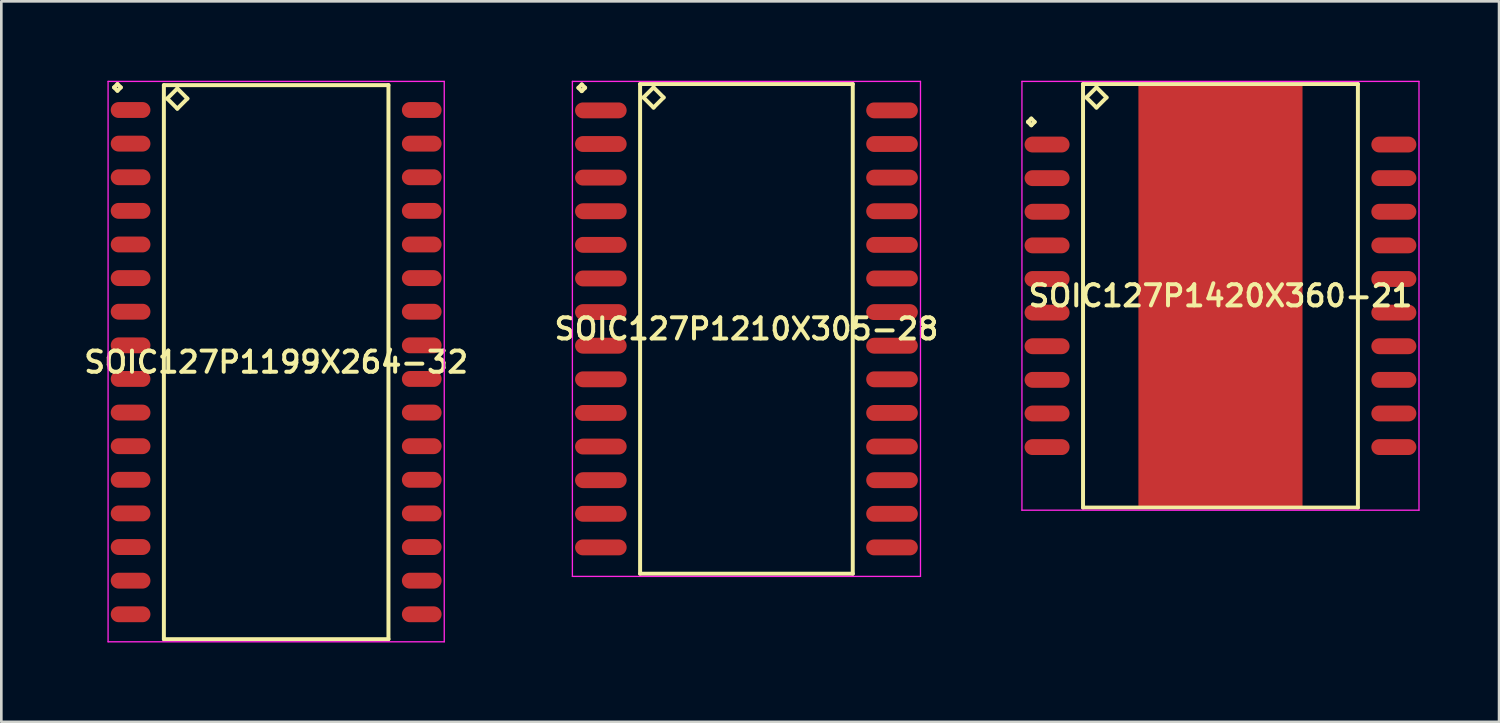
<source format=kicad_pcb>
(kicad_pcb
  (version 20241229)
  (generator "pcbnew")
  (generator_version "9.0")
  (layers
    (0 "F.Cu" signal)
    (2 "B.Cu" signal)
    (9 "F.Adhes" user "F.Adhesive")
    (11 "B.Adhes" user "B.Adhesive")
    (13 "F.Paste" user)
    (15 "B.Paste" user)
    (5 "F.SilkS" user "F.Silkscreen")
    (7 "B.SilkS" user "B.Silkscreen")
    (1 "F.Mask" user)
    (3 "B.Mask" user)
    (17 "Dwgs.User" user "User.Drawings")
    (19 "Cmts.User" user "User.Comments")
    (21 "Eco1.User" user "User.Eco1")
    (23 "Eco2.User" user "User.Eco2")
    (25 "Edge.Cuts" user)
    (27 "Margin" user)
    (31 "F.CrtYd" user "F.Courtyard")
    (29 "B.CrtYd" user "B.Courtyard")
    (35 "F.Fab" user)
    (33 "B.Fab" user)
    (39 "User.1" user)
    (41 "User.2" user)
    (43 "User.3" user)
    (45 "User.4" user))
  (footprint "SOIC127P1420X360-21"
    (layer "F.Cu")
    (at 43.057 8.125)
    (property "Reference" "SOIC127P1420X360-21" (at 0 0 0) (layer "F.SilkS") (effects (font (size 0.8 0.8) (thickness 0.15))))
    (attr smd)
    (fp_line (start -7.273 -6.569) (end -7.146 -6.696) (stroke (width 0.15) (type solid)) (layer "F.SilkS"))
    (fp_line (start -7.146 -6.696) (end -7.019 -6.569) (stroke (width 0.15) (type solid)) (layer "F.SilkS"))
    (fp_line (start -7.146 -6.442) (end -7.273 -6.569) (stroke (width 0.15) (type solid)) (layer "F.SilkS"))
    (fp_line (start -7.019 -6.569) (end -7.146 -6.442) (stroke (width 0.15) (type solid)) (layer "F.SilkS"))
    (fp_line (start -5.192 -8) (end -5.192 8) (stroke (width 0.15) (type solid)) (layer "F.SilkS"))
    (fp_line (start -5.192 8) (end 5.192 8) (stroke (width 0.15) (type solid)) (layer "F.SilkS"))
    (fp_line (start -5.065 -7.492) (end -4.684 -7.873) (stroke (width 0.15) (type solid)) (layer "F.SilkS"))
    (fp_line (start -4.684 -7.873) (end -4.303 -7.492) (stroke (width 0.15) (type solid)) (layer "F.SilkS"))
    (fp_line (start -4.684 -7.111) (end -5.065 -7.492) (stroke (width 0.15) (type solid)) (layer "F.SilkS"))
    (fp_line (start -4.303 -7.492) (end -4.684 -7.111) (stroke (width 0.15) (type solid)) (layer "F.SilkS"))
    (fp_line (start 5.192 -8) (end -5.192 -8) (stroke (width 0.15) (type solid)) (layer "F.SilkS"))
    (fp_line (start 5.192 8) (end 5.192 -8) (stroke (width 0.15) (type solid)) (layer "F.SilkS"))
    (fp_line (start -7.5 -8.1) (end 7.5 -8.1) (stroke (width 0.05) (type solid)) (layer "F.CrtYd"))
    (fp_line (start -7.5 8.1) (end -7.5 -8.1) (stroke (width 0.05) (type solid)) (layer "F.CrtYd"))
    (fp_line (start 7.5 -8.1) (end 7.5 8.1) (stroke (width 0.05) (type solid)) (layer "F.CrtYd"))
    (fp_line (start 7.5 8.1) (end -7.5 8.1) (stroke (width 0.05) (type solid)) (layer "F.CrtYd"))
    (pad "1" smd oval (at -6.55 -5.715) (size 1.7 0.6) (layers "F.Cu" "F.Mask" "F.Paste"))
    (pad "2" smd oval (at -6.55 -4.445) (size 1.7 0.6) (layers "F.Cu" "F.Mask" "F.Paste"))
    (pad "3" smd oval (at -6.55 -3.175) (size 1.7 0.6) (layers "F.Cu" "F.Mask" "F.Paste"))
    (pad "4" smd oval (at -6.55 -1.905) (size 1.7 0.6) (layers "F.Cu" "F.Mask" "F.Paste"))
    (pad "5" smd oval (at -6.55 -0.635) (size 1.7 0.6) (layers "F.Cu" "F.Mask" "F.Paste"))
    (pad "6" smd oval (at -6.55 0.635) (size 1.7 0.6) (layers "F.Cu" "F.Mask" "F.Paste"))
    (pad "7" smd oval (at -6.55 1.905) (size 1.7 0.6) (layers "F.Cu" "F.Mask" "F.Paste"))
    (pad "8" smd oval (at -6.55 3.175) (size 1.7 0.6) (layers "F.Cu" "F.Mask" "F.Paste"))
    (pad "9" smd oval (at -6.55 4.445) (size 1.7 0.6) (layers "F.Cu" "F.Mask" "F.Paste"))
    (pad "10" smd oval (at -6.55 5.715) (size 1.7 0.6) (layers "F.Cu" "F.Mask" "F.Paste"))
    (pad "11" smd oval (at 6.55 5.715) (size 1.7 0.6) (layers "F.Cu" "F.Mask" "F.Paste"))
    (pad "12" smd oval (at 6.55 4.445) (size 1.7 0.6) (layers "F.Cu" "F.Mask" "F.Paste"))
    (pad "13" smd oval (at 6.55 3.175) (size 1.7 0.6) (layers "F.Cu" "F.Mask" "F.Paste"))
    (pad "14" smd oval (at 6.55 1.905) (size 1.7 0.6) (layers "F.Cu" "F.Mask" "F.Paste"))
    (pad "15" smd oval (at 6.55 0.635) (size 1.7 0.6) (layers "F.Cu" "F.Mask" "F.Paste"))
    (pad "16" smd oval (at 6.55 -0.635) (size 1.7 0.6) (layers "F.Cu" "F.Mask" "F.Paste"))
    (pad "17" smd oval (at 6.55 -1.905) (size 1.7 0.6) (layers "F.Cu" "F.Mask" "F.Paste"))
    (pad "18" smd oval (at 6.55 -3.175) (size 1.7 0.6) (layers "F.Cu" "F.Mask" "F.Paste"))
    (pad "19" smd oval (at 6.55 -4.445) (size 1.7 0.6) (layers "F.Cu" "F.Mask" "F.Paste"))
    (pad "20" smd oval (at 6.55 -5.715) (size 1.7 0.6) (layers "F.Cu" "F.Mask" "F.Paste"))
    (pad "21" smd rect (at 0 0) (size 6.2 16) (layers "F.Cu" "F.Mask" "F.Paste")))
  (footprint "SOIC127P1199X264-32"
    (layer "F.Cu")
    (at 7.383 10.631)
    (property "Reference" "SOIC127P1199X264-32" (at 0 0 0) (layer "F.SilkS") (effects (font (size 0.8 0.8) (thickness 0.15))))
    (attr smd)
    (fp_line (start -6.123 -10.379) (end -5.996 -10.506) (stroke (width 0.15) (type solid)) (layer "F.SilkS"))
    (fp_line (start -5.996 -10.506) (end -5.869 -10.379) (stroke (width 0.15) (type solid)) (layer "F.SilkS"))
    (fp_line (start -5.996 -10.252) (end -6.123 -10.379) (stroke (width 0.15) (type solid)) (layer "F.SilkS"))
    (fp_line (start -5.869 -10.379) (end -5.996 -10.252) (stroke (width 0.15) (type solid)) (layer "F.SilkS"))
    (fp_line (start -4.242 -10.465) (end -4.242 10.465) (stroke (width 0.15) (type solid)) (layer "F.SilkS"))
    (fp_line (start -4.242 10.465) (end 4.242 10.465) (stroke (width 0.15) (type solid)) (layer "F.SilkS"))
    (fp_line (start -4.115 -9.957) (end -3.734 -10.338) (stroke (width 0.15) (type solid)) (layer "F.SilkS"))
    (fp_line (start -3.734 -10.338) (end -3.353 -9.957) (stroke (width 0.15) (type solid)) (layer "F.SilkS"))
    (fp_line (start -3.734 -9.576) (end -4.115 -9.957) (stroke (width 0.15) (type solid)) (layer "F.SilkS"))
    (fp_line (start -3.353 -9.957) (end -3.734 -9.576) (stroke (width 0.15) (type solid)) (layer "F.SilkS"))
    (fp_line (start 4.242 -10.465) (end -4.242 -10.465) (stroke (width 0.15) (type solid)) (layer "F.SilkS"))
    (fp_line (start 4.242 10.465) (end 4.242 -10.465) (stroke (width 0.15) (type solid)) (layer "F.SilkS"))
    (fp_line (start -6.35 -10.606) (end 6.35 -10.606) (stroke (width 0.05) (type solid)) (layer "F.CrtYd"))
    (fp_line (start -6.35 10.565) (end -6.35 -10.606) (stroke (width 0.05) (type solid)) (layer "F.CrtYd"))
    (fp_line (start 6.35 -10.606) (end 6.35 10.565) (stroke (width 0.05) (type solid)) (layer "F.CrtYd"))
    (fp_line (start 6.35 10.565) (end -6.35 10.565) (stroke (width 0.05) (type solid)) (layer "F.CrtYd"))
    (pad "1" smd oval (at -5.5 -9.525) (size 1.5 0.6) (layers "F.Cu" "F.Mask" "F.Paste"))
    (pad "2" smd oval (at -5.5 -8.255) (size 1.5 0.6) (layers "F.Cu" "F.Mask" "F.Paste"))
    (pad "3" smd oval (at -5.5 -6.985) (size 1.5 0.6) (layers "F.Cu" "F.Mask" "F.Paste"))
    (pad "4" smd oval (at -5.5 -5.715) (size 1.5 0.6) (layers "F.Cu" "F.Mask" "F.Paste"))
    (pad "5" smd oval (at -5.5 -4.445) (size 1.5 0.6) (layers "F.Cu" "F.Mask" "F.Paste"))
    (pad "6" smd oval (at -5.5 -3.175) (size 1.5 0.6) (layers "F.Cu" "F.Mask" "F.Paste"))
    (pad "7" smd oval (at -5.5 -1.905) (size 1.5 0.6) (layers "F.Cu" "F.Mask" "F.Paste"))
    (pad "8" smd oval (at -5.5 -0.635) (size 1.5 0.6) (layers "F.Cu" "F.Mask" "F.Paste"))
    (pad "9" smd oval (at -5.5 0.635) (size 1.5 0.6) (layers "F.Cu" "F.Mask" "F.Paste"))
    (pad "10" smd oval (at -5.5 1.905) (size 1.5 0.6) (layers "F.Cu" "F.Mask" "F.Paste"))
    (pad "11" smd oval (at -5.5 3.175) (size 1.5 0.6) (layers "F.Cu" "F.Mask" "F.Paste"))
    (pad "12" smd oval (at -5.5 4.445) (size 1.5 0.6) (layers "F.Cu" "F.Mask" "F.Paste"))
    (pad "13" smd oval (at -5.5 5.715) (size 1.5 0.6) (layers "F.Cu" "F.Mask" "F.Paste"))
    (pad "14" smd oval (at -5.5 6.985) (size 1.5 0.6) (layers "F.Cu" "F.Mask" "F.Paste"))
    (pad "15" smd oval (at -5.5 8.255) (size 1.5 0.6) (layers "F.Cu" "F.Mask" "F.Paste"))
    (pad "16" smd oval (at -5.5 9.525) (size 1.5 0.6) (layers "F.Cu" "F.Mask" "F.Paste"))
    (pad "17" smd oval (at 5.5 9.525) (size 1.5 0.6) (layers "F.Cu" "F.Mask" "F.Paste"))
    (pad "18" smd oval (at 5.5 8.255) (size 1.5 0.6) (layers "F.Cu" "F.Mask" "F.Paste"))
    (pad "19" smd oval (at 5.5 6.985) (size 1.5 0.6) (layers "F.Cu" "F.Mask" "F.Paste"))
    (pad "20" smd oval (at 5.5 5.715) (size 1.5 0.6) (layers "F.Cu" "F.Mask" "F.Paste"))
    (pad "21" smd oval (at 5.5 4.445) (size 1.5 0.6) (layers "F.Cu" "F.Mask" "F.Paste"))
    (pad "22" smd oval (at 5.5 3.175) (size 1.5 0.6) (layers "F.Cu" "F.Mask" "F.Paste"))
    (pad "23" smd oval (at 5.5 1.905) (size 1.5 0.6) (layers "F.Cu" "F.Mask" "F.Paste"))
    (pad "24" smd oval (at 5.5 0.635) (size 1.5 0.6) (layers "F.Cu" "F.Mask" "F.Paste"))
    (pad "25" smd oval (at 5.5 -0.635) (size 1.5 0.6) (layers "F.Cu" "F.Mask" "F.Paste"))
    (pad "26" smd oval (at 5.5 -1.905) (size 1.5 0.6) (layers "F.Cu" "F.Mask" "F.Paste"))
    (pad "27" smd oval (at 5.5 -3.175) (size 1.5 0.6) (layers "F.Cu" "F.Mask" "F.Paste"))
    (pad "28" smd oval (at 5.5 -4.445) (size 1.5 0.6) (layers "F.Cu" "F.Mask" "F.Paste"))
    (pad "29" smd oval (at 5.5 -5.715) (size 1.5 0.6) (layers "F.Cu" "F.Mask" "F.Paste"))
    (pad "30" smd oval (at 5.5 -6.985) (size 1.5 0.6) (layers "F.Cu" "F.Mask" "F.Paste"))
    (pad "31" smd oval (at 5.5 -8.255) (size 1.5 0.6) (layers "F.Cu" "F.Mask" "F.Paste"))
    (pad "32" smd oval (at 5.5 -9.525) (size 1.5 0.6) (layers "F.Cu" "F.Mask" "F.Paste")))
  (footprint "SOIC127P1210X305-28"
    (layer "F.Cu")
    (at 25.149 9.375)
    (property "Reference" "SOIC127P1210X305-28" (at 0 0 0) (layer "F.SilkS") (effects (font (size 0.8 0.8) (thickness 0.15))))
    (attr smd)
    (fp_line (start -6.348 -9.109) (end -6.221 -9.236) (stroke (width 0.15) (type solid)) (layer "F.SilkS"))
    (fp_line (start -6.221 -9.236) (end -6.094 -9.109) (stroke (width 0.15) (type solid)) (layer "F.SilkS"))
    (fp_line (start -6.221 -8.982) (end -6.348 -9.109) (stroke (width 0.15) (type solid)) (layer "F.SilkS"))
    (fp_line (start -6.094 -9.109) (end -6.221 -8.982) (stroke (width 0.15) (type solid)) (layer "F.SilkS"))
    (fp_line (start -4.017 -9.25) (end -4.017 9.25) (stroke (width 0.15) (type solid)) (layer "F.SilkS"))
    (fp_line (start -4.017 9.25) (end 4.017 9.25) (stroke (width 0.15) (type solid)) (layer "F.SilkS"))
    (fp_line (start -3.89 -8.742) (end -3.509 -9.123) (stroke (width 0.15) (type solid)) (layer "F.SilkS"))
    (fp_line (start -3.509 -9.123) (end -3.128 -8.742) (stroke (width 0.15) (type solid)) (layer "F.SilkS"))
    (fp_line (start -3.509 -8.361) (end -3.89 -8.742) (stroke (width 0.15) (type solid)) (layer "F.SilkS"))
    (fp_line (start -3.128 -8.742) (end -3.509 -8.361) (stroke (width 0.15) (type solid)) (layer "F.SilkS"))
    (fp_line (start 4.017 -9.25) (end -4.017 -9.25) (stroke (width 0.15) (type solid)) (layer "F.SilkS"))
    (fp_line (start 4.017 9.25) (end 4.017 -9.25) (stroke (width 0.15) (type solid)) (layer "F.SilkS"))
    (fp_line (start -6.575 -9.35) (end 6.575 -9.35) (stroke (width 0.05) (type solid)) (layer "F.CrtYd"))
    (fp_line (start -6.575 9.35) (end -6.575 -9.35) (stroke (width 0.05) (type solid)) (layer "F.CrtYd"))
    (fp_line (start 6.575 -9.35) (end 6.575 9.35) (stroke (width 0.05) (type solid)) (layer "F.CrtYd"))
    (fp_line (start 6.575 9.35) (end -6.575 9.35) (stroke (width 0.05) (type solid)) (layer "F.CrtYd"))
    (pad "1" smd oval (at -5.5 -8.255) (size 1.95 0.6) (layers "F.Cu" "F.Mask" "F.Paste"))
    (pad "2" smd oval (at -5.5 -6.985) (size 1.95 0.6) (layers "F.Cu" "F.Mask" "F.Paste"))
    (pad "3" smd oval (at -5.5 -5.715) (size 1.95 0.6) (layers "F.Cu" "F.Mask" "F.Paste"))
    (pad "4" smd oval (at -5.5 -4.445) (size 1.95 0.6) (layers "F.Cu" "F.Mask" "F.Paste"))
    (pad "5" smd oval (at -5.5 -3.175) (size 1.95 0.6) (layers "F.Cu" "F.Mask" "F.Paste"))
    (pad "6" smd oval (at -5.5 -1.905) (size 1.95 0.6) (layers "F.Cu" "F.Mask" "F.Paste"))
    (pad "7" smd oval (at -5.5 -0.635) (size 1.95 0.6) (layers "F.Cu" "F.Mask" "F.Paste"))
    (pad "8" smd oval (at -5.5 0.635) (size 1.95 0.6) (layers "F.Cu" "F.Mask" "F.Paste"))
    (pad "9" smd oval (at -5.5 1.905) (size 1.95 0.6) (layers "F.Cu" "F.Mask" "F.Paste"))
    (pad "10" smd oval (at -5.5 3.175) (size 1.95 0.6) (layers "F.Cu" "F.Mask" "F.Paste"))
    (pad "11" smd oval (at -5.5 4.445) (size 1.95 0.6) (layers "F.Cu" "F.Mask" "F.Paste"))
    (pad "12" smd oval (at -5.5 5.715) (size 1.95 0.6) (layers "F.Cu" "F.Mask" "F.Paste"))
    (pad "13" smd oval (at -5.5 6.985) (size 1.95 0.6) (layers "F.Cu" "F.Mask" "F.Paste"))
    (pad "14" smd oval (at -5.5 8.255) (size 1.95 0.6) (layers "F.Cu" "F.Mask" "F.Paste"))
    (pad "15" smd oval (at 5.5 8.255) (size 1.95 0.6) (layers "F.Cu" "F.Mask" "F.Paste"))
    (pad "16" smd oval (at 5.5 6.985) (size 1.95 0.6) (layers "F.Cu" "F.Mask" "F.Paste"))
    (pad "17" smd oval (at 5.5 5.715) (size 1.95 0.6) (layers "F.Cu" "F.Mask" "F.Paste"))
    (pad "18" smd oval (at 5.5 4.445) (size 1.95 0.6) (layers "F.Cu" "F.Mask" "F.Paste"))
    (pad "19" smd oval (at 5.5 3.175) (size 1.95 0.6) (layers "F.Cu" "F.Mask" "F.Paste"))
    (pad "20" smd oval (at 5.5 1.905) (size 1.95 0.6) (layers "F.Cu" "F.Mask" "F.Paste"))
    (pad "21" smd oval (at 5.5 0.635) (size 1.95 0.6) (layers "F.Cu" "F.Mask" "F.Paste"))
    (pad "22" smd oval (at 5.5 -0.635) (size 1.95 0.6) (layers "F.Cu" "F.Mask" "F.Paste"))
    (pad "23" smd oval (at 5.5 -1.905) (size 1.95 0.6) (layers "F.Cu" "F.Mask" "F.Paste"))
    (pad "24" smd oval (at 5.5 -3.175) (size 1.95 0.6) (layers "F.Cu" "F.Mask" "F.Paste"))
    (pad "25" smd oval (at 5.5 -4.445) (size 1.95 0.6) (layers "F.Cu" "F.Mask" "F.Paste"))
    (pad "26" smd oval (at 5.5 -5.715) (size 1.95 0.6) (layers "F.Cu" "F.Mask" "F.Paste"))
    (pad "27" smd oval (at 5.5 -6.985) (size 1.95 0.6) (layers "F.Cu" "F.Mask" "F.Paste"))
    (pad "28" smd oval (at 5.5 -8.255) (size 1.95 0.6) (layers "F.Cu" "F.Mask" "F.Paste")))
  (gr_rect
    (start -3 -3)
    (end 53.582 24.221)
    (stroke (width 0.1) (type default))
    (fill no)
    (layer "Edge.Cuts")))
</source>
